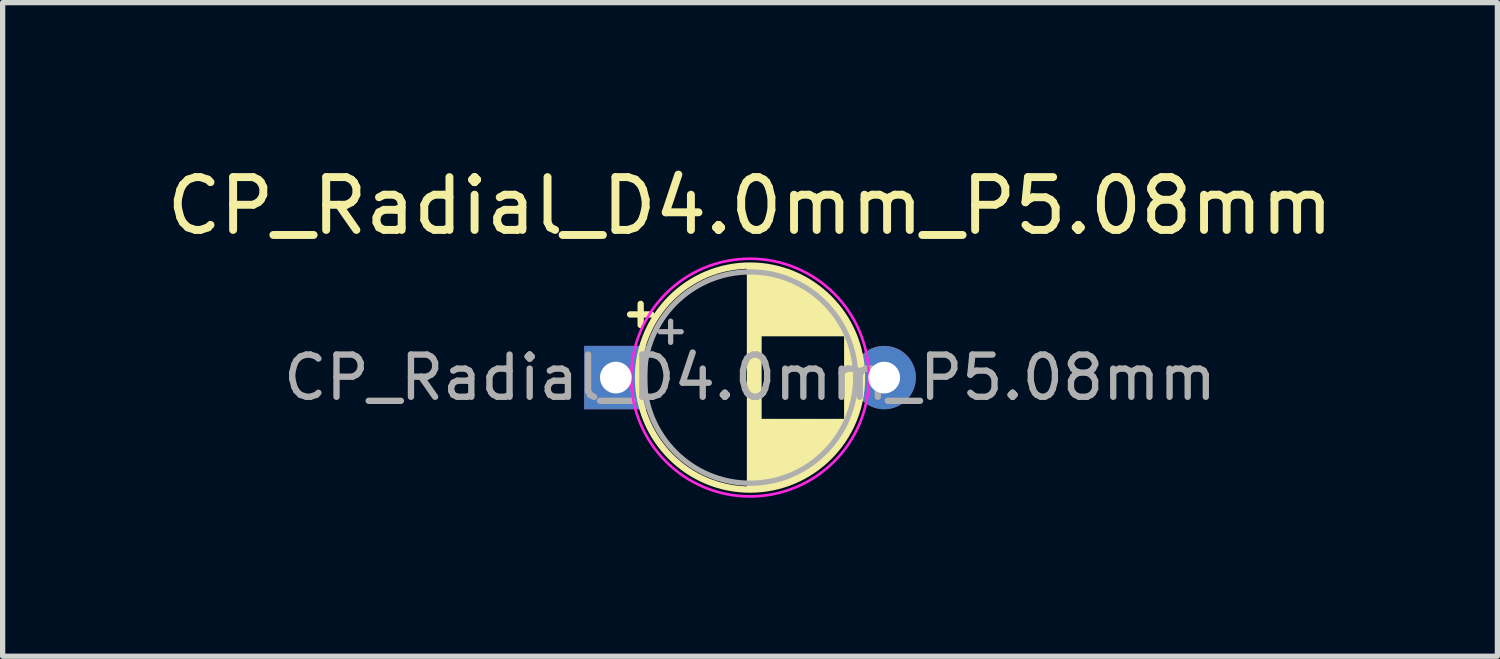
<source format=kicad_pcb>
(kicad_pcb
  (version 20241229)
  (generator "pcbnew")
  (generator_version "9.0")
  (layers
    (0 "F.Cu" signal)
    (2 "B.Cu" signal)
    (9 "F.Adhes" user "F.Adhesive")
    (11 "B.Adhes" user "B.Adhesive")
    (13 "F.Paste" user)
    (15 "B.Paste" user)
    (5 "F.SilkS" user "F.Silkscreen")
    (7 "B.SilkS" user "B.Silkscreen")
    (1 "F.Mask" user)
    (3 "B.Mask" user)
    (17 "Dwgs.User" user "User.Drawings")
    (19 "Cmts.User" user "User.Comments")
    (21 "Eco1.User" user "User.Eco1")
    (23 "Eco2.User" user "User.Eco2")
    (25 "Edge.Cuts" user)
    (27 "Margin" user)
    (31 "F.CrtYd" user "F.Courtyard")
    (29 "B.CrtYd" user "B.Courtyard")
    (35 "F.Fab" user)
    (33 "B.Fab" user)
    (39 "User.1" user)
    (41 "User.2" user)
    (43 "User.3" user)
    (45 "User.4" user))
  (footprint "CP_Radial_D4.0mm_P5.08mm"
    (layer "F.Cu")
    (at 8.609 4.098)
    (property "Reference" "CP_Radial_D4.0mm_P5.08mm" (at 2.54 -3.25 0) (layer "F.SilkS") (effects (font (size 1 1) (thickness 0.15))))
    (attr through_hole)
    (fp_line (start 0.27 -1.195) (end 0.67 -1.195) (stroke (width 0.12) (type solid)) (layer "F.SilkS"))
    (fp_line (start 0.47 -1.395) (end 0.47 -0.995) (stroke (width 0.12) (type solid)) (layer "F.SilkS"))
    (fp_line (start 2.54 -2.08) (end 2.54 2.08) (stroke (width 0.12) (type solid)) (layer "F.SilkS"))
    (fp_line (start 2.58 -2.08) (end 2.58 2.08) (stroke (width 0.12) (type solid)) (layer "F.SilkS"))
    (fp_line (start 2.62 -2.079) (end 2.62 2.079) (stroke (width 0.12) (type solid)) (layer "F.SilkS"))
    (fp_line (start 2.66 -2.077) (end 2.66 2.077) (stroke (width 0.12) (type solid)) (layer "F.SilkS"))
    (fp_line (start 2.7 -2.074) (end 2.7 2.074) (stroke (width 0.12) (type solid)) (layer "F.SilkS"))
    (fp_line (start 2.74 -2.071) (end 2.74 -0.84) (stroke (width 0.12) (type solid)) (layer "F.SilkS"))
    (fp_line (start 2.74 0.84) (end 2.74 2.071) (stroke (width 0.12) (type solid)) (layer "F.SilkS"))
    (fp_line (start 2.78 -2.067) (end 2.78 -0.84) (stroke (width 0.12) (type solid)) (layer "F.SilkS"))
    (fp_line (start 2.78 0.84) (end 2.78 2.067) (stroke (width 0.12) (type solid)) (layer "F.SilkS"))
    (fp_line (start 2.82 -2.062) (end 2.82 -0.84) (stroke (width 0.12) (type solid)) (layer "F.SilkS"))
    (fp_line (start 2.82 0.84) (end 2.82 2.062) (stroke (width 0.12) (type solid)) (layer "F.SilkS"))
    (fp_line (start 2.86 -2.056) (end 2.86 -0.84) (stroke (width 0.12) (type solid)) (layer "F.SilkS"))
    (fp_line (start 2.86 0.84) (end 2.86 2.056) (stroke (width 0.12) (type solid)) (layer "F.SilkS"))
    (fp_line (start 2.9 -2.05) (end 2.9 -0.84) (stroke (width 0.12) (type solid)) (layer "F.SilkS"))
    (fp_line (start 2.9 0.84) (end 2.9 2.05) (stroke (width 0.12) (type solid)) (layer "F.SilkS"))
    (fp_line (start 2.94 -2.042) (end 2.94 -0.84) (stroke (width 0.12) (type solid)) (layer "F.SilkS"))
    (fp_line (start 2.94 0.84) (end 2.94 2.042) (stroke (width 0.12) (type solid)) (layer "F.SilkS"))
    (fp_line (start 2.98 -2.034) (end 2.98 -0.84) (stroke (width 0.12) (type solid)) (layer "F.SilkS"))
    (fp_line (start 2.98 0.84) (end 2.98 2.034) (stroke (width 0.12) (type solid)) (layer "F.SilkS"))
    (fp_line (start 3.02 -2.025) (end 3.02 -0.84) (stroke (width 0.12) (type solid)) (layer "F.SilkS"))
    (fp_line (start 3.02 0.84) (end 3.02 2.025) (stroke (width 0.12) (type solid)) (layer "F.SilkS"))
    (fp_line (start 3.06 -2.016) (end 3.06 -0.84) (stroke (width 0.12) (type solid)) (layer "F.SilkS"))
    (fp_line (start 3.06 0.84) (end 3.06 2.016) (stroke (width 0.12) (type solid)) (layer "F.SilkS"))
    (fp_line (start 3.1 -2.005) (end 3.1 -0.84) (stroke (width 0.12) (type solid)) (layer "F.SilkS"))
    (fp_line (start 3.1 0.84) (end 3.1 2.005) (stroke (width 0.12) (type solid)) (layer "F.SilkS"))
    (fp_line (start 3.14 -1.994) (end 3.14 -0.84) (stroke (width 0.12) (type solid)) (layer "F.SilkS"))
    (fp_line (start 3.14 0.84) (end 3.14 1.994) (stroke (width 0.12) (type solid)) (layer "F.SilkS"))
    (fp_line (start 3.18 -1.982) (end 3.18 -0.84) (stroke (width 0.12) (type solid)) (layer "F.SilkS"))
    (fp_line (start 3.18 0.84) (end 3.18 1.982) (stroke (width 0.12) (type solid)) (layer "F.SilkS"))
    (fp_line (start 3.22 -1.968) (end 3.22 -0.84) (stroke (width 0.12) (type solid)) (layer "F.SilkS"))
    (fp_line (start 3.22 0.84) (end 3.22 1.968) (stroke (width 0.12) (type solid)) (layer "F.SilkS"))
    (fp_line (start 3.261 -1.954) (end 3.261 -0.84) (stroke (width 0.12) (type solid)) (layer "F.SilkS"))
    (fp_line (start 3.261 0.84) (end 3.261 1.954) (stroke (width 0.12) (type solid)) (layer "F.SilkS"))
    (fp_line (start 3.301 -1.94) (end 3.301 -0.84) (stroke (width 0.12) (type solid)) (layer "F.SilkS"))
    (fp_line (start 3.301 0.84) (end 3.301 1.94) (stroke (width 0.12) (type solid)) (layer "F.SilkS"))
    (fp_line (start 3.341 -1.924) (end 3.341 -0.84) (stroke (width 0.12) (type solid)) (layer "F.SilkS"))
    (fp_line (start 3.341 0.84) (end 3.341 1.924) (stroke (width 0.12) (type solid)) (layer "F.SilkS"))
    (fp_line (start 3.381 -1.907) (end 3.381 -0.84) (stroke (width 0.12) (type solid)) (layer "F.SilkS"))
    (fp_line (start 3.381 0.84) (end 3.381 1.907) (stroke (width 0.12) (type solid)) (layer "F.SilkS"))
    (fp_line (start 3.421 -1.889) (end 3.421 -0.84) (stroke (width 0.12) (type solid)) (layer "F.SilkS"))
    (fp_line (start 3.421 0.84) (end 3.421 1.889) (stroke (width 0.12) (type solid)) (layer "F.SilkS"))
    (fp_line (start 3.461 -1.87) (end 3.461 -0.84) (stroke (width 0.12) (type solid)) (layer "F.SilkS"))
    (fp_line (start 3.461 0.84) (end 3.461 1.87) (stroke (width 0.12) (type solid)) (layer "F.SilkS"))
    (fp_line (start 3.501 -1.851) (end 3.501 -0.84) (stroke (width 0.12) (type solid)) (layer "F.SilkS"))
    (fp_line (start 3.501 0.84) (end 3.501 1.851) (stroke (width 0.12) (type solid)) (layer "F.SilkS"))
    (fp_line (start 3.541 -1.83) (end 3.541 -0.84) (stroke (width 0.12) (type solid)) (layer "F.SilkS"))
    (fp_line (start 3.541 0.84) (end 3.541 1.83) (stroke (width 0.12) (type solid)) (layer "F.SilkS"))
    (fp_line (start 3.581 -1.808) (end 3.581 -0.84) (stroke (width 0.12) (type solid)) (layer "F.SilkS"))
    (fp_line (start 3.581 0.84) (end 3.581 1.808) (stroke (width 0.12) (type solid)) (layer "F.SilkS"))
    (fp_line (start 3.621 -1.785) (end 3.621 -0.84) (stroke (width 0.12) (type solid)) (layer "F.SilkS"))
    (fp_line (start 3.621 0.84) (end 3.621 1.785) (stroke (width 0.12) (type solid)) (layer "F.SilkS"))
    (fp_line (start 3.661 -1.76) (end 3.661 -0.84) (stroke (width 0.12) (type solid)) (layer "F.SilkS"))
    (fp_line (start 3.661 0.84) (end 3.661 1.76) (stroke (width 0.12) (type solid)) (layer "F.SilkS"))
    (fp_line (start 3.701 -1.735) (end 3.701 -0.84) (stroke (width 0.12) (type solid)) (layer "F.SilkS"))
    (fp_line (start 3.701 0.84) (end 3.701 1.735) (stroke (width 0.12) (type solid)) (layer "F.SilkS"))
    (fp_line (start 3.741 -1.708) (end 3.741 -0.84) (stroke (width 0.12) (type solid)) (layer "F.SilkS"))
    (fp_line (start 3.741 0.84) (end 3.741 1.708) (stroke (width 0.12) (type solid)) (layer "F.SilkS"))
    (fp_line (start 3.781 -1.68) (end 3.781 -0.84) (stroke (width 0.12) (type solid)) (layer "F.SilkS"))
    (fp_line (start 3.781 0.84) (end 3.781 1.68) (stroke (width 0.12) (type solid)) (layer "F.SilkS"))
    (fp_line (start 3.821 -1.65) (end 3.821 -0.84) (stroke (width 0.12) (type solid)) (layer "F.SilkS"))
    (fp_line (start 3.821 0.84) (end 3.821 1.65) (stroke (width 0.12) (type solid)) (layer "F.SilkS"))
    (fp_line (start 3.861 -1.619) (end 3.861 -0.84) (stroke (width 0.12) (type solid)) (layer "F.SilkS"))
    (fp_line (start 3.861 0.84) (end 3.861 1.619) (stroke (width 0.12) (type solid)) (layer "F.SilkS"))
    (fp_line (start 3.901 -1.587) (end 3.901 -0.84) (stroke (width 0.12) (type solid)) (layer "F.SilkS"))
    (fp_line (start 3.901 0.84) (end 3.901 1.587) (stroke (width 0.12) (type solid)) (layer "F.SilkS"))
    (fp_line (start 3.941 -1.552) (end 3.941 -0.84) (stroke (width 0.12) (type solid)) (layer "F.SilkS"))
    (fp_line (start 3.941 0.84) (end 3.941 1.552) (stroke (width 0.12) (type solid)) (layer "F.SilkS"))
    (fp_line (start 3.981 -1.516) (end 3.981 -0.84) (stroke (width 0.12) (type solid)) (layer "F.SilkS"))
    (fp_line (start 3.981 0.84) (end 3.981 1.516) (stroke (width 0.12) (type solid)) (layer "F.SilkS"))
    (fp_line (start 4.021 -1.478) (end 4.021 -0.84) (stroke (width 0.12) (type solid)) (layer "F.SilkS"))
    (fp_line (start 4.021 0.84) (end 4.021 1.478) (stroke (width 0.12) (type solid)) (layer "F.SilkS"))
    (fp_line (start 4.061 -1.438) (end 4.061 -0.84) (stroke (width 0.12) (type solid)) (layer "F.SilkS"))
    (fp_line (start 4.061 0.84) (end 4.061 1.438) (stroke (width 0.12) (type solid)) (layer "F.SilkS"))
    (fp_line (start 4.101 -1.396) (end 4.101 -0.84) (stroke (width 0.12) (type solid)) (layer "F.SilkS"))
    (fp_line (start 4.101 0.84) (end 4.101 1.396) (stroke (width 0.12) (type solid)) (layer "F.SilkS"))
    (fp_line (start 4.141 -1.351) (end 4.141 -0.84) (stroke (width 0.12) (type solid)) (layer "F.SilkS"))
    (fp_line (start 4.141 0.84) (end 4.141 1.351) (stroke (width 0.12) (type solid)) (layer "F.SilkS"))
    (fp_line (start 4.181 -1.304) (end 4.181 -0.84) (stroke (width 0.12) (type solid)) (layer "F.SilkS"))
    (fp_line (start 4.181 0.84) (end 4.181 1.304) (stroke (width 0.12) (type solid)) (layer "F.SilkS"))
    (fp_line (start 4.221 -1.254) (end 4.221 -0.84) (stroke (width 0.12) (type solid)) (layer "F.SilkS"))
    (fp_line (start 4.221 0.84) (end 4.221 1.254) (stroke (width 0.12) (type solid)) (layer "F.SilkS"))
    (fp_line (start 4.261 -1.2) (end 4.261 -0.84) (stroke (width 0.12) (type solid)) (layer "F.SilkS"))
    (fp_line (start 4.261 0.84) (end 4.261 1.2) (stroke (width 0.12) (type solid)) (layer "F.SilkS"))
    (fp_line (start 4.301 -1.142) (end 4.301 -0.84) (stroke (width 0.12) (type solid)) (layer "F.SilkS"))
    (fp_line (start 4.301 0.84) (end 4.301 1.142) (stroke (width 0.12) (type solid)) (layer "F.SilkS"))
    (fp_line (start 4.341 -1.08) (end 4.341 -0.84) (stroke (width 0.12) (type solid)) (layer "F.SilkS"))
    (fp_line (start 4.341 0.84) (end 4.341 1.08) (stroke (width 0.12) (type solid)) (layer "F.SilkS"))
    (fp_line (start 4.381 -1.013) (end 4.381 1.013) (stroke (width 0.12) (type solid)) (layer "F.SilkS"))
    (fp_line (start 4.421 -0.94) (end 4.421 0.94) (stroke (width 0.12) (type solid)) (layer "F.SilkS"))
    (fp_line (start 4.461 -0.859) (end 4.461 0.859) (stroke (width 0.12) (type solid)) (layer "F.SilkS"))
    (fp_line (start 4.501 -0.768) (end 4.501 0.768) (stroke (width 0.12) (type solid)) (layer "F.SilkS"))
    (fp_line (start 4.541 -0.664) (end 4.541 0.664) (stroke (width 0.12) (type solid)) (layer "F.SilkS"))
    (fp_line (start 4.581 -0.537) (end 4.581 0.537) (stroke (width 0.12) (type solid)) (layer "F.SilkS"))
    (fp_line (start 4.621 -0.37) (end 4.621 0.37) (stroke (width 0.12) (type solid)) (layer "F.SilkS"))
    (fp_circle (center 2.54 0) (end 4.66 0) (stroke (width 0.12) (type solid)) (fill no) (layer "F.SilkS"))
    (fp_circle (center 2.54 0) (end 4.79 0) (stroke (width 0.05) (type solid)) (fill no) (layer "F.CrtYd"))
    (fp_line (start 0.837 -0.868) (end 1.237 -0.868) (stroke (width 0.1) (type solid)) (layer "F.Fab"))
    (fp_line (start 1.037 -1.067) (end 1.037 -0.667) (stroke (width 0.1) (type solid)) (layer "F.Fab"))
    (fp_circle (center 2.54 0) (end 4.54 0) (stroke (width 0.1) (type solid)) (fill no) (layer "F.Fab"))
    (fp_text user "${REFERENCE}" (at 2.54 0 0) (layer "F.Fab") (effects (font (size 0.8 0.8) (thickness 0.12))))
    (pad "1" thru_hole rect (at 0 0) (size 1.2 1.2) (drill 0.6) (layers "*.Cu" "*.Mask"))
    (pad "2" thru_hole circle (at 5.08 0) (size 1.2 1.2) (drill 0.6) (layers "*.Cu" "*.Mask")))
  (gr_rect
    (start -3 -3)
    (end 25.298 9.373)
    (stroke (width 0.1) (type default))
    (fill no)
    (layer "Edge.Cuts")))
</source>
